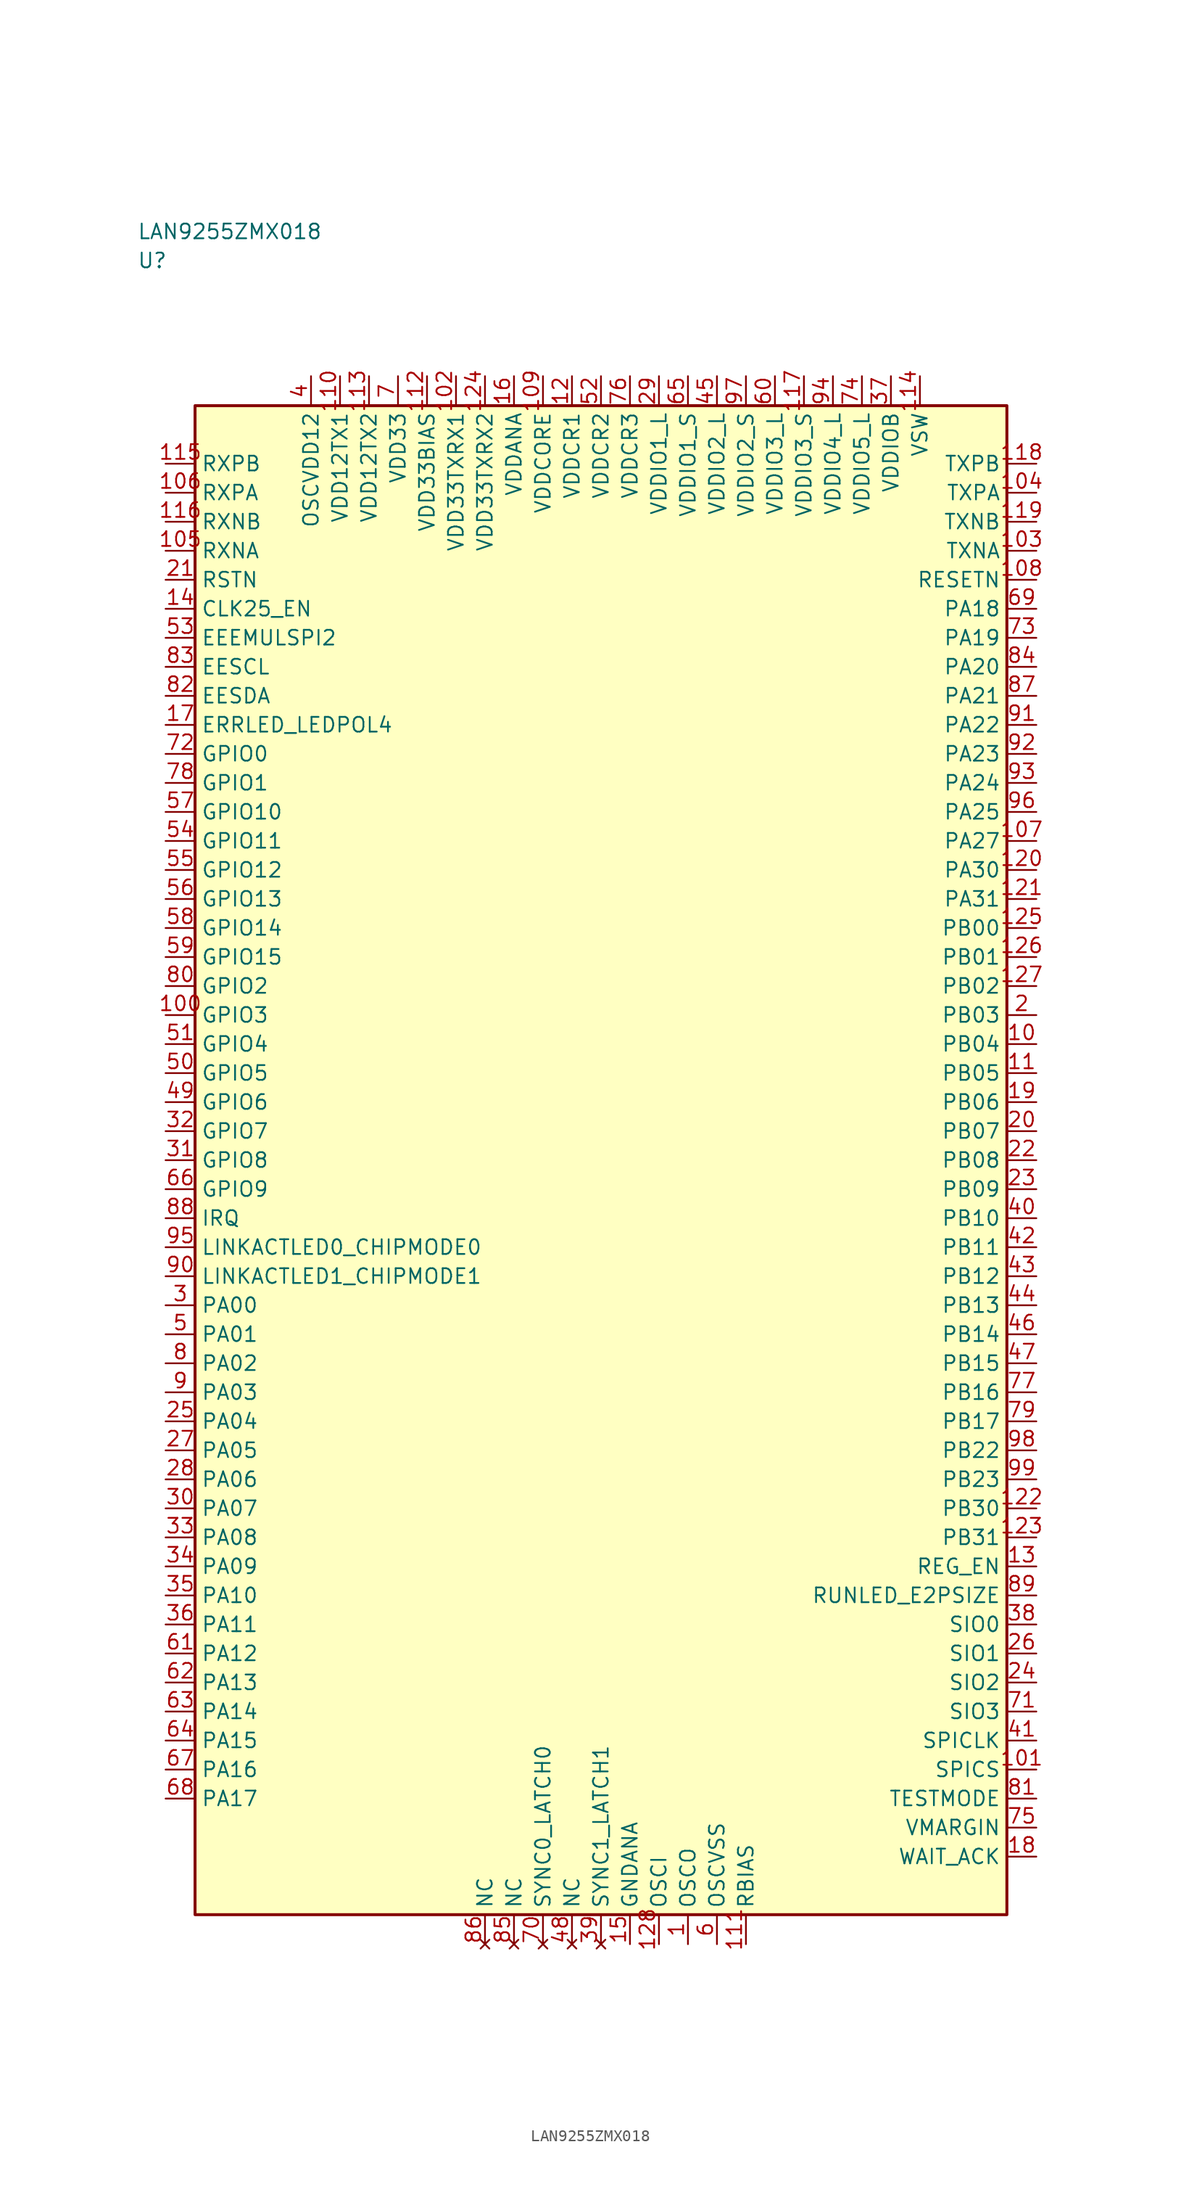
<source format=kicad_sym>
(kicad_symbol_lib
  (version 20241025)
  (generator "kicad_symbol_editor")
  (generator_version "8.0")
  (symbol "LAN9255ZMX018"
    (property "Reference" "U"
      (at -40.0 77.5 0)
      (effects (font (size 1.27 1.27)) (justify left)))
    (property "Value" "LAN9255ZMX018"
      (at -40.0 80.0 0)
      (effects (font (size 1.27 1.27)) (justify left)))
    (symbol "LAN9255ZMX018_0_1"
      (rectangle (start -35.0 65.0) (end 35.0 -65.0) (stroke (width 0.254) (type default)) (fill (type background))))
    (symbol "LAN9255ZMX018_1_1"
      (pin passive line (at 7.5 -67.54 90.0) (length 2.54) (name "OSCO" (effects (font (size 1.27 1.27)))) (number "1" (effects (font (size 1.27 1.27)))))
      (pin bidirectional line (at 37.54 12.5 180.0) (length 2.54) (name "PB03" (effects (font (size 1.27 1.27)))) (number "2" (effects (font (size 1.27 1.27)))))
      (pin bidirectional line (at -37.54 -12.5 0.0) (length 2.54) (name "PA00" (effects (font (size 1.27 1.27)))) (number "3" (effects (font (size 1.27 1.27)))))
      (pin power_in line (at -25.0 67.54 270.0) (length 2.54) (name "OSCVDD12" (effects (font (size 1.27 1.27)))) (number "4" (effects (font (size 1.27 1.27)))))
      (pin bidirectional line (at -37.54 -15.0 0.0) (length 2.54) (name "PA01" (effects (font (size 1.27 1.27)))) (number "5" (effects (font (size 1.27 1.27)))))
      (pin passive line (at 10.0 -67.54 90.0) (length 2.54) (name "OSCVSS" (effects (font (size 1.27 1.27)))) (number "6" (effects (font (size 1.27 1.27)))))
      (pin power_in line (at -17.5 67.54 270.0) (length 2.54) (name "VDD33" (effects (font (size 1.27 1.27)))) (number "7" (effects (font (size 1.27 1.27)))))
      (pin bidirectional line (at -37.54 -17.5 0.0) (length 2.54) (name "PA02" (effects (font (size 1.27 1.27)))) (number "8" (effects (font (size 1.27 1.27)))))
      (pin bidirectional line (at -37.54 -20.0 0.0) (length 2.54) (name "PA03" (effects (font (size 1.27 1.27)))) (number "9" (effects (font (size 1.27 1.27)))))
      (pin bidirectional line (at 37.54 10.0 180.0) (length 2.54) (name "PB04" (effects (font (size 1.27 1.27)))) (number "10" (effects (font (size 1.27 1.27)))))
      (pin bidirectional line (at 37.54 7.5 180.0) (length 2.54) (name "PB05" (effects (font (size 1.27 1.27)))) (number "11" (effects (font (size 1.27 1.27)))))
      (pin power_in line (at -2.5 67.54 270.0) (length 2.54) (name "VDDCR1" (effects (font (size 1.27 1.27)))) (number "12" (effects (font (size 1.27 1.27)))))
      (pin bidirectional line (at 37.54 -35.0 180.0) (length 2.54) (name "REG_EN" (effects (font (size 1.27 1.27)))) (number "13" (effects (font (size 1.27 1.27)))))
      (pin bidirectional line (at -37.54 47.5 0.0) (length 2.54) (name "CLK25_EN" (effects (font (size 1.27 1.27)))) (number "14" (effects (font (size 1.27 1.27)))))
      (pin passive line (at 2.5 -67.54 90.0) (length 2.54) (name "GNDANA" (effects (font (size 1.27 1.27)))) (number "15" (effects (font (size 1.27 1.27)))))
      (pin power_in line (at -7.5 67.54 270.0) (length 2.54) (name "VDDANA" (effects (font (size 1.27 1.27)))) (number "16" (effects (font (size 1.27 1.27)))))
      (pin bidirectional line (at -37.54 37.5 0.0) (length 2.54) (name "ERRLED_LEDPOL4" (effects (font (size 1.27 1.27)))) (number "17" (effects (font (size 1.27 1.27)))))
      (pin bidirectional line (at 37.54 -60.0 180.0) (length 2.54) (name "WAIT_ACK" (effects (font (size 1.27 1.27)))) (number "18" (effects (font (size 1.27 1.27)))))
      (pin bidirectional line (at 37.54 5.0 180.0) (length 2.54) (name "PB06" (effects (font (size 1.27 1.27)))) (number "19" (effects (font (size 1.27 1.27)))))
      (pin bidirectional line (at 37.54 2.5 180.0) (length 2.54) (name "PB07" (effects (font (size 1.27 1.27)))) (number "20" (effects (font (size 1.27 1.27)))))
      (pin input line (at -37.54 50.0 0.0) (length 2.54) (name "RSTN" (effects (font (size 1.27 1.27)))) (number "21" (effects (font (size 1.27 1.27)))))
      (pin bidirectional line (at 37.54 0.0 180.0) (length 2.54) (name "PB08" (effects (font (size 1.27 1.27)))) (number "22" (effects (font (size 1.27 1.27)))))
      (pin bidirectional line (at 37.54 -2.5 180.0) (length 2.54) (name "PB09" (effects (font (size 1.27 1.27)))) (number "23" (effects (font (size 1.27 1.27)))))
      (pin bidirectional line (at 37.54 -45.0 180.0) (length 2.54) (name "SIO2" (effects (font (size 1.27 1.27)))) (number "24" (effects (font (size 1.27 1.27)))))
      (pin bidirectional line (at -37.54 -22.5 0.0) (length 2.54) (name "PA04" (effects (font (size 1.27 1.27)))) (number "25" (effects (font (size 1.27 1.27)))))
      (pin bidirectional line (at 37.54 -42.5 180.0) (length 2.54) (name "SIO1" (effects (font (size 1.27 1.27)))) (number "26" (effects (font (size 1.27 1.27)))))
      (pin bidirectional line (at -37.54 -25.0 0.0) (length 2.54) (name "PA05" (effects (font (size 1.27 1.27)))) (number "27" (effects (font (size 1.27 1.27)))))
      (pin bidirectional line (at -37.54 -27.5 0.0) (length 2.54) (name "PA06" (effects (font (size 1.27 1.27)))) (number "28" (effects (font (size 1.27 1.27)))))
      (pin power_in line (at 5.0 67.54 270.0) (length 2.54) (name "VDDIO1_L" (effects (font (size 1.27 1.27)))) (number "29" (effects (font (size 1.27 1.27)))))
      (pin bidirectional line (at -37.54 -30.0 0.0) (length 2.54) (name "PA07" (effects (font (size 1.27 1.27)))) (number "30" (effects (font (size 1.27 1.27)))))
      (pin bidirectional line (at -37.54 0.0 0.0) (length 2.54) (name "GPIO8" (effects (font (size 1.27 1.27)))) (number "31" (effects (font (size 1.27 1.27)))))
      (pin bidirectional line (at -37.54 2.5 0.0) (length 2.54) (name "GPIO7" (effects (font (size 1.27 1.27)))) (number "32" (effects (font (size 1.27 1.27)))))
      (pin bidirectional line (at -37.54 -32.5 0.0) (length 2.54) (name "PA08" (effects (font (size 1.27 1.27)))) (number "33" (effects (font (size 1.27 1.27)))))
      (pin bidirectional line (at -37.54 -35.0 0.0) (length 2.54) (name "PA09" (effects (font (size 1.27 1.27)))) (number "34" (effects (font (size 1.27 1.27)))))
      (pin bidirectional line (at -37.54 -37.5 0.0) (length 2.54) (name "PA10" (effects (font (size 1.27 1.27)))) (number "35" (effects (font (size 1.27 1.27)))))
      (pin bidirectional line (at -37.54 -40.0 0.0) (length 2.54) (name "PA11" (effects (font (size 1.27 1.27)))) (number "36" (effects (font (size 1.27 1.27)))))
      (pin power_in line (at 25.0 67.54 270.0) (length 2.54) (name "VDDIOB" (effects (font (size 1.27 1.27)))) (number "37" (effects (font (size 1.27 1.27)))))
      (pin bidirectional line (at 37.54 -40.0 180.0) (length 2.54) (name "SIO0" (effects (font (size 1.27 1.27)))) (number "38" (effects (font (size 1.27 1.27)))))
      (pin no_connect line (at 0.0 -67.54 90.0) (length 2.54) (name "SYNC1_LATCH1" (effects (font (size 1.27 1.27)))) (number "39" (effects (font (size 1.27 1.27)))))
      (pin bidirectional line (at 37.54 -5.0 180.0) (length 2.54) (name "PB10" (effects (font (size 1.27 1.27)))) (number "40" (effects (font (size 1.27 1.27)))))
      (pin bidirectional line (at 37.54 -50.0 180.0) (length 2.54) (name "SPICLK" (effects (font (size 1.27 1.27)))) (number "41" (effects (font (size 1.27 1.27)))))
      (pin bidirectional line (at 37.54 -7.5 180.0) (length 2.54) (name "PB11" (effects (font (size 1.27 1.27)))) (number "42" (effects (font (size 1.27 1.27)))))
      (pin bidirectional line (at 37.54 -10.0 180.0) (length 2.54) (name "PB12" (effects (font (size 1.27 1.27)))) (number "43" (effects (font (size 1.27 1.27)))))
      (pin bidirectional line (at 37.54 -12.5 180.0) (length 2.54) (name "PB13" (effects (font (size 1.27 1.27)))) (number "44" (effects (font (size 1.27 1.27)))))
      (pin power_in line (at 10.0 67.54 270.0) (length 2.54) (name "VDDIO2_L" (effects (font (size 1.27 1.27)))) (number "45" (effects (font (size 1.27 1.27)))))
      (pin bidirectional line (at 37.54 -15.0 180.0) (length 2.54) (name "PB14" (effects (font (size 1.27 1.27)))) (number "46" (effects (font (size 1.27 1.27)))))
      (pin bidirectional line (at 37.54 -17.5 180.0) (length 2.54) (name "PB15" (effects (font (size 1.27 1.27)))) (number "47" (effects (font (size 1.27 1.27)))))
      (pin no_connect line (at -2.5 -67.54 90.0) (length 2.54) (name "NC" (effects (font (size 1.27 1.27)))) (number "48" (effects (font (size 1.27 1.27)))))
      (pin bidirectional line (at -37.54 5.0 0.0) (length 2.54) (name "GPIO6" (effects (font (size 1.27 1.27)))) (number "49" (effects (font (size 1.27 1.27)))))
      (pin bidirectional line (at -37.54 7.5 0.0) (length 2.54) (name "GPIO5" (effects (font (size 1.27 1.27)))) (number "50" (effects (font (size 1.27 1.27)))))
      (pin bidirectional line (at -37.54 10.0 0.0) (length 2.54) (name "GPIO4" (effects (font (size 1.27 1.27)))) (number "51" (effects (font (size 1.27 1.27)))))
      (pin power_in line (at 0.0 67.54 270.0) (length 2.54) (name "VDDCR2" (effects (font (size 1.27 1.27)))) (number "52" (effects (font (size 1.27 1.27)))))
      (pin bidirectional line (at -37.54 45.0 0.0) (length 2.54) (name "EEEMULSPI2" (effects (font (size 1.27 1.27)))) (number "53" (effects (font (size 1.27 1.27)))))
      (pin bidirectional line (at -37.54 27.5 0.0) (length 2.54) (name "GPIO11" (effects (font (size 1.27 1.27)))) (number "54" (effects (font (size 1.27 1.27)))))
      (pin bidirectional line (at -37.54 25.0 0.0) (length 2.54) (name "GPIO12" (effects (font (size 1.27 1.27)))) (number "55" (effects (font (size 1.27 1.27)))))
      (pin bidirectional line (at -37.54 22.5 0.0) (length 2.54) (name "GPIO13" (effects (font (size 1.27 1.27)))) (number "56" (effects (font (size 1.27 1.27)))))
      (pin bidirectional line (at -37.54 30.0 0.0) (length 2.54) (name "GPIO10" (effects (font (size 1.27 1.27)))) (number "57" (effects (font (size 1.27 1.27)))))
      (pin bidirectional line (at -37.54 20.0 0.0) (length 2.54) (name "GPIO14" (effects (font (size 1.27 1.27)))) (number "58" (effects (font (size 1.27 1.27)))))
      (pin bidirectional line (at -37.54 17.5 0.0) (length 2.54) (name "GPIO15" (effects (font (size 1.27 1.27)))) (number "59" (effects (font (size 1.27 1.27)))))
      (pin power_in line (at 15.0 67.54 270.0) (length 2.54) (name "VDDIO3_L" (effects (font (size 1.27 1.27)))) (number "60" (effects (font (size 1.27 1.27)))))
      (pin bidirectional line (at -37.54 -42.5 0.0) (length 2.54) (name "PA12" (effects (font (size 1.27 1.27)))) (number "61" (effects (font (size 1.27 1.27)))))
      (pin bidirectional line (at -37.54 -45.0 0.0) (length 2.54) (name "PA13" (effects (font (size 1.27 1.27)))) (number "62" (effects (font (size 1.27 1.27)))))
      (pin bidirectional line (at -37.54 -47.5 0.0) (length 2.54) (name "PA14" (effects (font (size 1.27 1.27)))) (number "63" (effects (font (size 1.27 1.27)))))
      (pin bidirectional line (at -37.54 -50.0 0.0) (length 2.54) (name "PA15" (effects (font (size 1.27 1.27)))) (number "64" (effects (font (size 1.27 1.27)))))
      (pin power_in line (at 7.5 67.54 270.0) (length 2.54) (name "VDDIO1_S" (effects (font (size 1.27 1.27)))) (number "65" (effects (font (size 1.27 1.27)))))
      (pin bidirectional line (at -37.54 -2.5 0.0) (length 2.54) (name "GPIO9" (effects (font (size 1.27 1.27)))) (number "66" (effects (font (size 1.27 1.27)))))
      (pin bidirectional line (at -37.54 -52.5 0.0) (length 2.54) (name "PA16" (effects (font (size 1.27 1.27)))) (number "67" (effects (font (size 1.27 1.27)))))
      (pin bidirectional line (at -37.54 -55.0 0.0) (length 2.54) (name "PA17" (effects (font (size 1.27 1.27)))) (number "68" (effects (font (size 1.27 1.27)))))
      (pin bidirectional line (at 37.54 47.5 180.0) (length 2.54) (name "PA18" (effects (font (size 1.27 1.27)))) (number "69" (effects (font (size 1.27 1.27)))))
      (pin no_connect line (at -5.0 -67.54 90.0) (length 2.54) (name "SYNC0_LATCH0" (effects (font (size 1.27 1.27)))) (number "70" (effects (font (size 1.27 1.27)))))
      (pin bidirectional line (at 37.54 -47.5 180.0) (length 2.54) (name "SIO3" (effects (font (size 1.27 1.27)))) (number "71" (effects (font (size 1.27 1.27)))))
      (pin bidirectional line (at -37.54 35.0 0.0) (length 2.54) (name "GPIO0" (effects (font (size 1.27 1.27)))) (number "72" (effects (font (size 1.27 1.27)))))
      (pin bidirectional line (at 37.54 45.0 180.0) (length 2.54) (name "PA19" (effects (font (size 1.27 1.27)))) (number "73" (effects (font (size 1.27 1.27)))))
      (pin power_in line (at 22.5 67.54 270.0) (length 2.54) (name "VDDIO5_L" (effects (font (size 1.27 1.27)))) (number "74" (effects (font (size 1.27 1.27)))))
      (pin bidirectional line (at 37.54 -57.5 180.0) (length 2.54) (name "VMARGIN" (effects (font (size 1.27 1.27)))) (number "75" (effects (font (size 1.27 1.27)))))
      (pin power_in line (at 2.5 67.54 270.0) (length 2.54) (name "VDDCR3" (effects (font (size 1.27 1.27)))) (number "76" (effects (font (size 1.27 1.27)))))
      (pin bidirectional line (at 37.54 -20.0 180.0) (length 2.54) (name "PB16" (effects (font (size 1.27 1.27)))) (number "77" (effects (font (size 1.27 1.27)))))
      (pin bidirectional line (at -37.54 32.5 0.0) (length 2.54) (name "GPIO1" (effects (font (size 1.27 1.27)))) (number "78" (effects (font (size 1.27 1.27)))))
      (pin bidirectional line (at 37.54 -22.5 180.0) (length 2.54) (name "PB17" (effects (font (size 1.27 1.27)))) (number "79" (effects (font (size 1.27 1.27)))))
      (pin bidirectional line (at -37.54 15.0 0.0) (length 2.54) (name "GPIO2" (effects (font (size 1.27 1.27)))) (number "80" (effects (font (size 1.27 1.27)))))
      (pin bidirectional line (at 37.54 -55.0 180.0) (length 2.54) (name "TESTMODE" (effects (font (size 1.27 1.27)))) (number "81" (effects (font (size 1.27 1.27)))))
      (pin bidirectional line (at -37.54 40.0 0.0) (length 2.54) (name "EESDA" (effects (font (size 1.27 1.27)))) (number "82" (effects (font (size 1.27 1.27)))))
      (pin bidirectional line (at -37.54 42.5 0.0) (length 2.54) (name "EESCL" (effects (font (size 1.27 1.27)))) (number "83" (effects (font (size 1.27 1.27)))))
      (pin bidirectional line (at 37.54 42.5 180.0) (length 2.54) (name "PA20" (effects (font (size 1.27 1.27)))) (number "84" (effects (font (size 1.27 1.27)))))
      (pin no_connect line (at -7.5 -67.54 90.0) (length 2.54) (name "NC" (effects (font (size 1.27 1.27)))) (number "85" (effects (font (size 1.27 1.27)))))
      (pin no_connect line (at -10.0 -67.54 90.0) (length 2.54) (name "NC" (effects (font (size 1.27 1.27)))) (number "86" (effects (font (size 1.27 1.27)))))
      (pin bidirectional line (at 37.54 40.0 180.0) (length 2.54) (name "PA21" (effects (font (size 1.27 1.27)))) (number "87" (effects (font (size 1.27 1.27)))))
      (pin bidirectional line (at -37.54 -5.0 0.0) (length 2.54) (name "IRQ" (effects (font (size 1.27 1.27)))) (number "88" (effects (font (size 1.27 1.27)))))
      (pin bidirectional line (at 37.54 -37.5 180.0) (length 2.54) (name "RUNLED_E2PSIZE" (effects (font (size 1.27 1.27)))) (number "89" (effects (font (size 1.27 1.27)))))
      (pin bidirectional line (at -37.54 -10.0 0.0) (length 2.54) (name "LINKACTLED1_CHIPMODE1" (effects (font (size 1.27 1.27)))) (number "90" (effects (font (size 1.27 1.27)))))
      (pin bidirectional line (at 37.54 37.5 180.0) (length 2.54) (name "PA22" (effects (font (size 1.27 1.27)))) (number "91" (effects (font (size 1.27 1.27)))))
      (pin bidirectional line (at 37.54 35.0 180.0) (length 2.54) (name "PA23" (effects (font (size 1.27 1.27)))) (number "92" (effects (font (size 1.27 1.27)))))
      (pin bidirectional line (at 37.54 32.5 180.0) (length 2.54) (name "PA24" (effects (font (size 1.27 1.27)))) (number "93" (effects (font (size 1.27 1.27)))))
      (pin power_in line (at 20.0 67.54 270.0) (length 2.54) (name "VDDIO4_L" (effects (font (size 1.27 1.27)))) (number "94" (effects (font (size 1.27 1.27)))))
      (pin bidirectional line (at -37.54 -7.5 0.0) (length 2.54) (name "LINKACTLED0_CHIPMODE0" (effects (font (size 1.27 1.27)))) (number "95" (effects (font (size 1.27 1.27)))))
      (pin bidirectional line (at 37.54 30.0 180.0) (length 2.54) (name "PA25" (effects (font (size 1.27 1.27)))) (number "96" (effects (font (size 1.27 1.27)))))
      (pin power_in line (at 12.5 67.54 270.0) (length 2.54) (name "VDDIO2_S" (effects (font (size 1.27 1.27)))) (number "97" (effects (font (size 1.27 1.27)))))
      (pin bidirectional line (at 37.54 -25.0 180.0) (length 2.54) (name "PB22" (effects (font (size 1.27 1.27)))) (number "98" (effects (font (size 1.27 1.27)))))
      (pin bidirectional line (at 37.54 -27.5 180.0) (length 2.54) (name "PB23" (effects (font (size 1.27 1.27)))) (number "99" (effects (font (size 1.27 1.27)))))
      (pin bidirectional line (at -37.54 12.5 0.0) (length 2.54) (name "GPIO3" (effects (font (size 1.27 1.27)))) (number "100" (effects (font (size 1.27 1.27)))))
      (pin bidirectional line (at 37.54 -52.5 180.0) (length 2.54) (name "SPICS" (effects (font (size 1.27 1.27)))) (number "101" (effects (font (size 1.27 1.27)))))
      (pin power_in line (at -12.5 67.54 270.0) (length 2.54) (name "VDD33TXRX1" (effects (font (size 1.27 1.27)))) (number "102" (effects (font (size 1.27 1.27)))))
      (pin output line (at 37.54 52.5 180.0) (length 2.54) (name "TXNA" (effects (font (size 1.27 1.27)))) (number "103" (effects (font (size 1.27 1.27)))))
      (pin output line (at 37.54 57.5 180.0) (length 2.54) (name "TXPA" (effects (font (size 1.27 1.27)))) (number "104" (effects (font (size 1.27 1.27)))))
      (pin input line (at -37.54 52.5 0.0) (length 2.54) (name "RXNA" (effects (font (size 1.27 1.27)))) (number "105" (effects (font (size 1.27 1.27)))))
      (pin input line (at -37.54 57.5 0.0) (length 2.54) (name "RXPA" (effects (font (size 1.27 1.27)))) (number "106" (effects (font (size 1.27 1.27)))))
      (pin bidirectional line (at 37.54 27.5 180.0) (length 2.54) (name "PA27" (effects (font (size 1.27 1.27)))) (number "107" (effects (font (size 1.27 1.27)))))
      (pin output line (at 37.54 50.0 180.0) (length 2.54) (name "RESETN" (effects (font (size 1.27 1.27)))) (number "108" (effects (font (size 1.27 1.27)))))
      (pin power_in line (at -5.0 67.54 270.0) (length 2.54) (name "VDDCORE" (effects (font (size 1.27 1.27)))) (number "109" (effects (font (size 1.27 1.27)))))
      (pin power_in line (at -22.5 67.54 270.0) (length 2.54) (name "VDD12TX1" (effects (font (size 1.27 1.27)))) (number "110" (effects (font (size 1.27 1.27)))))
      (pin passive line (at 12.5 -67.54 90.0) (length 2.54) (name "RBIAS" (effects (font (size 1.27 1.27)))) (number "111" (effects (font (size 1.27 1.27)))))
      (pin power_in line (at -15.0 67.54 270.0) (length 2.54) (name "VDD33BIAS" (effects (font (size 1.27 1.27)))) (number "112" (effects (font (size 1.27 1.27)))))
      (pin power_in line (at -20.0 67.54 270.0) (length 2.54) (name "VDD12TX2" (effects (font (size 1.27 1.27)))) (number "113" (effects (font (size 1.27 1.27)))))
      (pin power_in line (at 27.5 67.54 270.0) (length 2.54) (name "VSW" (effects (font (size 1.27 1.27)))) (number "114" (effects (font (size 1.27 1.27)))))
      (pin input line (at -37.54 60.0 0.0) (length 2.54) (name "RXPB" (effects (font (size 1.27 1.27)))) (number "115" (effects (font (size 1.27 1.27)))))
      (pin input line (at -37.54 55.0 0.0) (length 2.54) (name "RXNB" (effects (font (size 1.27 1.27)))) (number "116" (effects (font (size 1.27 1.27)))))
      (pin power_in line (at 17.5 67.54 270.0) (length 2.54) (name "VDDIO3_S" (effects (font (size 1.27 1.27)))) (number "117" (effects (font (size 1.27 1.27)))))
      (pin output line (at 37.54 60.0 180.0) (length 2.54) (name "TXPB" (effects (font (size 1.27 1.27)))) (number "118" (effects (font (size 1.27 1.27)))))
      (pin output line (at 37.54 55.0 180.0) (length 2.54) (name "TXNB" (effects (font (size 1.27 1.27)))) (number "119" (effects (font (size 1.27 1.27)))))
      (pin bidirectional line (at 37.54 25.0 180.0) (length 2.54) (name "PA30" (effects (font (size 1.27 1.27)))) (number "120" (effects (font (size 1.27 1.27)))))
      (pin bidirectional line (at 37.54 22.5 180.0) (length 2.54) (name "PA31" (effects (font (size 1.27 1.27)))) (number "121" (effects (font (size 1.27 1.27)))))
      (pin bidirectional line (at 37.54 -30.0 180.0) (length 2.54) (name "PB30" (effects (font (size 1.27 1.27)))) (number "122" (effects (font (size 1.27 1.27)))))
      (pin bidirectional line (at 37.54 -32.5 180.0) (length 2.54) (name "PB31" (effects (font (size 1.27 1.27)))) (number "123" (effects (font (size 1.27 1.27)))))
      (pin power_in line (at -10.0 67.54 270.0) (length 2.54) (name "VDD33TXRX2" (effects (font (size 1.27 1.27)))) (number "124" (effects (font (size 1.27 1.27)))))
      (pin bidirectional line (at 37.54 20.0 180.0) (length 2.54) (name "PB00" (effects (font (size 1.27 1.27)))) (number "125" (effects (font (size 1.27 1.27)))))
      (pin bidirectional line (at 37.54 17.5 180.0) (length 2.54) (name "PB01" (effects (font (size 1.27 1.27)))) (number "126" (effects (font (size 1.27 1.27)))))
      (pin bidirectional line (at 37.54 15.0 180.0) (length 2.54) (name "PB02" (effects (font (size 1.27 1.27)))) (number "127" (effects (font (size 1.27 1.27)))))
      (pin passive line (at 5.0 -67.54 90.0) (length 2.54) (name "OSCI" (effects (font (size 1.27 1.27)))) (number "128" (effects (font (size 1.27 1.27))))))))
</source>
